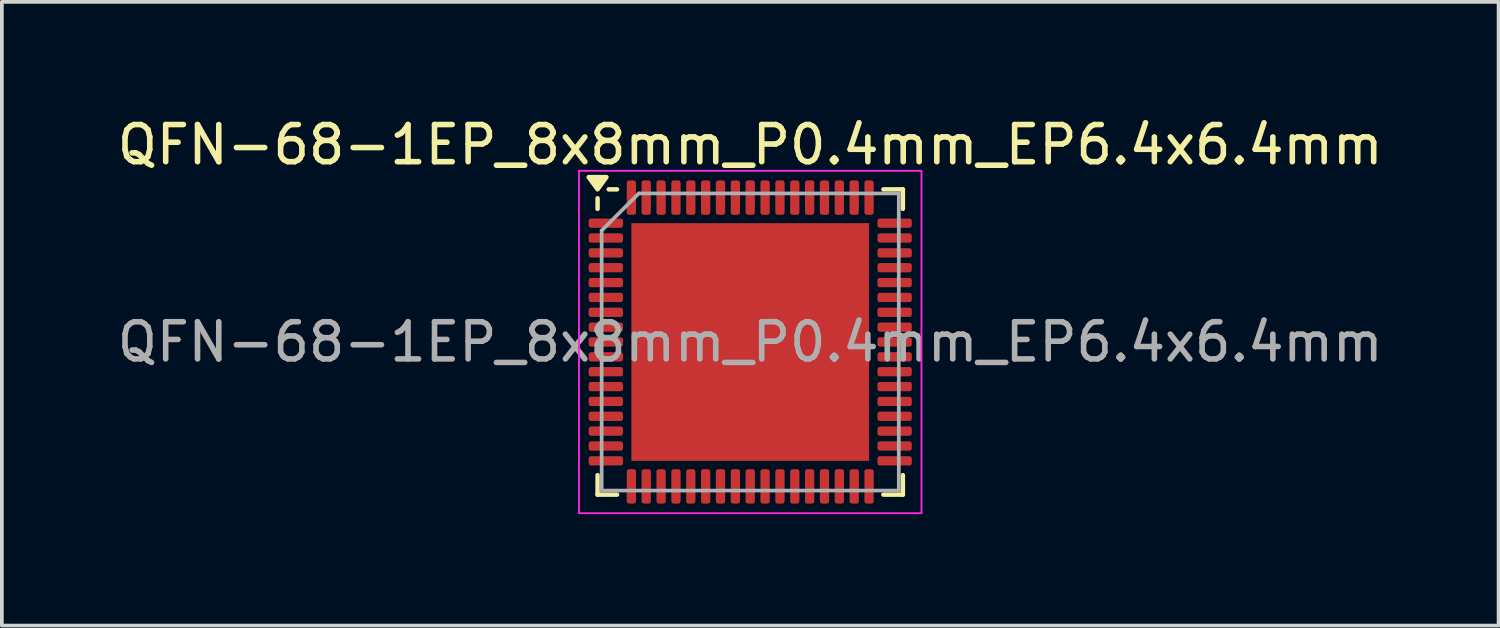
<source format=kicad_pcb>
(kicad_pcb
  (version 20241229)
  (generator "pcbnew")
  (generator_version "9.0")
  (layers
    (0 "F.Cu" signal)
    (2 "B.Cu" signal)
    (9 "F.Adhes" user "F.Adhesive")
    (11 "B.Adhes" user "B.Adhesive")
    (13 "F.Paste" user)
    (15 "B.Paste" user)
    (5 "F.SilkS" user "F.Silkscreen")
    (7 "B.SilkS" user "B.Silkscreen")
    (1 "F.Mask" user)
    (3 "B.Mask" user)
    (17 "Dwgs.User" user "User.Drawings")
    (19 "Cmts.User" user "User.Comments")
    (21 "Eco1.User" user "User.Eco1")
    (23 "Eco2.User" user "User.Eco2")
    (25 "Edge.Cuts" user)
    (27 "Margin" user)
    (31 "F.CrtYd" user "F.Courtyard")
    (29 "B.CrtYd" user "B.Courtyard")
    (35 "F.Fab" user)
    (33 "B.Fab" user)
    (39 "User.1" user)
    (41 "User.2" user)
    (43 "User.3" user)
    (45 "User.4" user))
  (footprint "QFN-68-1EP_8x8mm_P0.4mm_EP6.4x6.4mm"
    (layer "F.Cu")
    (at 17.149 6.158)
    (property "Reference" "QFN-68-1EP_8x8mm_P0.4mm_EP6.4x6.4mm" (at 0 -5.31 0) (layer "F.SilkS") (effects (font (size 1 1) (thickness 0.15))))
    (attr smd)
    (fp_line (start -4.11 -3.585) (end -4.11 -3.87) (stroke (width 0.12) (type solid)) (layer "F.SilkS"))
    (fp_line (start -4.11 4.11) (end -4.11 3.585) (stroke (width 0.12) (type solid)) (layer "F.SilkS"))
    (fp_line (start -3.585 -4.11) (end -3.81 -4.11) (stroke (width 0.12) (type solid)) (layer "F.SilkS"))
    (fp_line (start -3.585 4.11) (end -4.11 4.11) (stroke (width 0.12) (type solid)) (layer "F.SilkS"))
    (fp_line (start 3.585 -4.11) (end 4.11 -4.11) (stroke (width 0.12) (type solid)) (layer "F.SilkS"))
    (fp_line (start 3.585 4.11) (end 4.11 4.11) (stroke (width 0.12) (type solid)) (layer "F.SilkS"))
    (fp_line (start 4.11 -4.11) (end 4.11 -3.585) (stroke (width 0.12) (type solid)) (layer "F.SilkS"))
    (fp_line (start 4.11 4.11) (end 4.11 3.585) (stroke (width 0.12) (type solid)) (layer "F.SilkS"))
    (fp_poly (pts (xy -4.11 -4.11) (xy -4.35 -4.44) (xy -3.87 -4.44) (xy -4.11 -4.11)) (stroke (width 0.12) (type solid)) (fill yes) (layer "F.SilkS"))
    (fp_line (start -4.61 -4.61) (end -4.61 4.61) (stroke (width 0.05) (type solid)) (layer "F.CrtYd"))
    (fp_line (start -4.61 4.61) (end 4.61 4.61) (stroke (width 0.05) (type solid)) (layer "F.CrtYd"))
    (fp_line (start 4.61 -4.61) (end -4.61 -4.61) (stroke (width 0.05) (type solid)) (layer "F.CrtYd"))
    (fp_line (start 4.61 4.61) (end 4.61 -4.61) (stroke (width 0.05) (type solid)) (layer "F.CrtYd"))
    (fp_line (start -4 -3) (end -3 -4) (stroke (width 0.1) (type solid)) (layer "F.Fab"))
    (fp_line (start -4 4) (end -4 -3) (stroke (width 0.1) (type solid)) (layer "F.Fab"))
    (fp_line (start -3 -4) (end 4 -4) (stroke (width 0.1) (type solid)) (layer "F.Fab"))
    (fp_line (start 4 -4) (end 4 4) (stroke (width 0.1) (type solid)) (layer "F.Fab"))
    (fp_line (start 4 4) (end -4 4) (stroke (width 0.1) (type solid)) (layer "F.Fab"))
    (fp_text user "${REFERENCE}" (at 0 0 0) (layer "F.Fab") (effects (font (size 1 1) (thickness 0.15))))
    (pad "" smd roundrect (at -2.4 -2.4) (size 1.29 1.29) (layers "F.Paste") (roundrect_rratio 0.194))
    (pad "" smd roundrect (at -2.4 -0.8) (size 1.29 1.29) (layers "F.Paste") (roundrect_rratio 0.194))
    (pad "" smd roundrect (at -2.4 0.8) (size 1.29 1.29) (layers "F.Paste") (roundrect_rratio 0.194))
    (pad "" smd roundrect (at -2.4 2.4) (size 1.29 1.29) (layers "F.Paste") (roundrect_rratio 0.194))
    (pad "" smd roundrect (at -0.8 -2.4) (size 1.29 1.29) (layers "F.Paste") (roundrect_rratio 0.194))
    (pad "" smd roundrect (at -0.8 -0.8) (size 1.29 1.29) (layers "F.Paste") (roundrect_rratio 0.194))
    (pad "" smd roundrect (at -0.8 0.8) (size 1.29 1.29) (layers "F.Paste") (roundrect_rratio 0.194))
    (pad "" smd roundrect (at -0.8 2.4) (size 1.29 1.29) (layers "F.Paste") (roundrect_rratio 0.194))
    (pad "" smd roundrect (at 0.8 -2.4) (size 1.29 1.29) (layers "F.Paste") (roundrect_rratio 0.194))
    (pad "" smd roundrect (at 0.8 -0.8) (size 1.29 1.29) (layers "F.Paste") (roundrect_rratio 0.194))
    (pad "" smd roundrect (at 0.8 0.8) (size 1.29 1.29) (layers "F.Paste") (roundrect_rratio 0.194))
    (pad "" smd roundrect (at 0.8 2.4) (size 1.29 1.29) (layers "F.Paste") (roundrect_rratio 0.194))
    (pad "" smd roundrect (at 2.4 -2.4) (size 1.29 1.29) (layers "F.Paste") (roundrect_rratio 0.194))
    (pad "" smd roundrect (at 2.4 -0.8) (size 1.29 1.29) (layers "F.Paste") (roundrect_rratio 0.194))
    (pad "" smd roundrect (at 2.4 0.8) (size 1.29 1.29) (layers "F.Paste") (roundrect_rratio 0.194))
    (pad "" smd roundrect (at 2.4 2.4) (size 1.29 1.29) (layers "F.Paste") (roundrect_rratio 0.194))
    (pad "1" smd roundrect (at -3.888 -3.2) (size 0.925 0.25) (layers "F.Cu" "F.Mask" "F.Paste") (roundrect_rratio 0.25))
    (pad "2" smd roundrect (at -3.888 -2.8) (size 0.925 0.25) (layers "F.Cu" "F.Mask" "F.Paste") (roundrect_rratio 0.25))
    (pad "3" smd roundrect (at -3.888 -2.4) (size 0.925 0.25) (layers "F.Cu" "F.Mask" "F.Paste") (roundrect_rratio 0.25))
    (pad "4" smd roundrect (at -3.888 -2) (size 0.925 0.25) (layers "F.Cu" "F.Mask" "F.Paste") (roundrect_rratio 0.25))
    (pad "5" smd roundrect (at -3.888 -1.6) (size 0.925 0.25) (layers "F.Cu" "F.Mask" "F.Paste") (roundrect_rratio 0.25))
    (pad "6" smd roundrect (at -3.888 -1.2) (size 0.925 0.25) (layers "F.Cu" "F.Mask" "F.Paste") (roundrect_rratio 0.25))
    (pad "7" smd roundrect (at -3.888 -0.8) (size 0.925 0.25) (layers "F.Cu" "F.Mask" "F.Paste") (roundrect_rratio 0.25))
    (pad "8" smd roundrect (at -3.888 -0.4) (size 0.925 0.25) (layers "F.Cu" "F.Mask" "F.Paste") (roundrect_rratio 0.25))
    (pad "9" smd roundrect (at -3.888 0) (size 0.925 0.25) (layers "F.Cu" "F.Mask" "F.Paste") (roundrect_rratio 0.25))
    (pad "10" smd roundrect (at -3.888 0.4) (size 0.925 0.25) (layers "F.Cu" "F.Mask" "F.Paste") (roundrect_rratio 0.25))
    (pad "11" smd roundrect (at -3.888 0.8) (size 0.925 0.25) (layers "F.Cu" "F.Mask" "F.Paste") (roundrect_rratio 0.25))
    (pad "12" smd roundrect (at -3.888 1.2) (size 0.925 0.25) (layers "F.Cu" "F.Mask" "F.Paste") (roundrect_rratio 0.25))
    (pad "13" smd roundrect (at -3.888 1.6) (size 0.925 0.25) (layers "F.Cu" "F.Mask" "F.Paste") (roundrect_rratio 0.25))
    (pad "14" smd roundrect (at -3.888 2) (size 0.925 0.25) (layers "F.Cu" "F.Mask" "F.Paste") (roundrect_rratio 0.25))
    (pad "15" smd roundrect (at -3.888 2.4) (size 0.925 0.25) (layers "F.Cu" "F.Mask" "F.Paste") (roundrect_rratio 0.25))
    (pad "16" smd roundrect (at -3.888 2.8) (size 0.925 0.25) (layers "F.Cu" "F.Mask" "F.Paste") (roundrect_rratio 0.25))
    (pad "17" smd roundrect (at -3.888 3.2) (size 0.925 0.25) (layers "F.Cu" "F.Mask" "F.Paste") (roundrect_rratio 0.25))
    (pad "18" smd roundrect (at -3.2 3.888) (size 0.25 0.925) (layers "F.Cu" "F.Mask" "F.Paste") (roundrect_rratio 0.25))
    (pad "19" smd roundrect (at -2.8 3.888) (size 0.25 0.925) (layers "F.Cu" "F.Mask" "F.Paste") (roundrect_rratio 0.25))
    (pad "20" smd roundrect (at -2.4 3.888) (size 0.25 0.925) (layers "F.Cu" "F.Mask" "F.Paste") (roundrect_rratio 0.25))
    (pad "21" smd roundrect (at -2 3.888) (size 0.25 0.925) (layers "F.Cu" "F.Mask" "F.Paste") (roundrect_rratio 0.25))
    (pad "22" smd roundrect (at -1.6 3.888) (size 0.25 0.925) (layers "F.Cu" "F.Mask" "F.Paste") (roundrect_rratio 0.25))
    (pad "23" smd roundrect (at -1.2 3.888) (size 0.25 0.925) (layers "F.Cu" "F.Mask" "F.Paste") (roundrect_rratio 0.25))
    (pad "24" smd roundrect (at -0.8 3.888) (size 0.25 0.925) (layers "F.Cu" "F.Mask" "F.Paste") (roundrect_rratio 0.25))
    (pad "25" smd roundrect (at -0.4 3.888) (size 0.25 0.925) (layers "F.Cu" "F.Mask" "F.Paste") (roundrect_rratio 0.25))
    (pad "26" smd roundrect (at 0 3.888) (size 0.25 0.925) (layers "F.Cu" "F.Mask" "F.Paste") (roundrect_rratio 0.25))
    (pad "27" smd roundrect (at 0.4 3.888) (size 0.25 0.925) (layers "F.Cu" "F.Mask" "F.Paste") (roundrect_rratio 0.25))
    (pad "28" smd roundrect (at 0.8 3.888) (size 0.25 0.925) (layers "F.Cu" "F.Mask" "F.Paste") (roundrect_rratio 0.25))
    (pad "29" smd roundrect (at 1.2 3.888) (size 0.25 0.925) (layers "F.Cu" "F.Mask" "F.Paste") (roundrect_rratio 0.25))
    (pad "30" smd roundrect (at 1.6 3.888) (size 0.25 0.925) (layers "F.Cu" "F.Mask" "F.Paste") (roundrect_rratio 0.25))
    (pad "31" smd roundrect (at 2 3.888) (size 0.25 0.925) (layers "F.Cu" "F.Mask" "F.Paste") (roundrect_rratio 0.25))
    (pad "32" smd roundrect (at 2.4 3.888) (size 0.25 0.925) (layers "F.Cu" "F.Mask" "F.Paste") (roundrect_rratio 0.25))
    (pad "33" smd roundrect (at 2.8 3.888) (size 0.25 0.925) (layers "F.Cu" "F.Mask" "F.Paste") (roundrect_rratio 0.25))
    (pad "34" smd roundrect (at 3.2 3.888) (size 0.25 0.925) (layers "F.Cu" "F.Mask" "F.Paste") (roundrect_rratio 0.25))
    (pad "35" smd roundrect (at 3.888 3.2) (size 0.925 0.25) (layers "F.Cu" "F.Mask" "F.Paste") (roundrect_rratio 0.25))
    (pad "36" smd roundrect (at 3.888 2.8) (size 0.925 0.25) (layers "F.Cu" "F.Mask" "F.Paste") (roundrect_rratio 0.25))
    (pad "37" smd roundrect (at 3.888 2.4) (size 0.925 0.25) (layers "F.Cu" "F.Mask" "F.Paste") (roundrect_rratio 0.25))
    (pad "38" smd roundrect (at 3.888 2) (size 0.925 0.25) (layers "F.Cu" "F.Mask" "F.Paste") (roundrect_rratio 0.25))
    (pad "39" smd roundrect (at 3.888 1.6) (size 0.925 0.25) (layers "F.Cu" "F.Mask" "F.Paste") (roundrect_rratio 0.25))
    (pad "40" smd roundrect (at 3.888 1.2) (size 0.925 0.25) (layers "F.Cu" "F.Mask" "F.Paste") (roundrect_rratio 0.25))
    (pad "41" smd roundrect (at 3.888 0.8) (size 0.925 0.25) (layers "F.Cu" "F.Mask" "F.Paste") (roundrect_rratio 0.25))
    (pad "42" smd roundrect (at 3.888 0.4) (size 0.925 0.25) (layers "F.Cu" "F.Mask" "F.Paste") (roundrect_rratio 0.25))
    (pad "43" smd roundrect (at 3.888 0) (size 0.925 0.25) (layers "F.Cu" "F.Mask" "F.Paste") (roundrect_rratio 0.25))
    (pad "44" smd roundrect (at 3.888 -0.4) (size 0.925 0.25) (layers "F.Cu" "F.Mask" "F.Paste") (roundrect_rratio 0.25))
    (pad "45" smd roundrect (at 3.888 -0.8) (size 0.925 0.25) (layers "F.Cu" "F.Mask" "F.Paste") (roundrect_rratio 0.25))
    (pad "46" smd roundrect (at 3.888 -1.2) (size 0.925 0.25) (layers "F.Cu" "F.Mask" "F.Paste") (roundrect_rratio 0.25))
    (pad "47" smd roundrect (at 3.888 -1.6) (size 0.925 0.25) (layers "F.Cu" "F.Mask" "F.Paste") (roundrect_rratio 0.25))
    (pad "48" smd roundrect (at 3.888 -2) (size 0.925 0.25) (layers "F.Cu" "F.Mask" "F.Paste") (roundrect_rratio 0.25))
    (pad "49" smd roundrect (at 3.888 -2.4) (size 0.925 0.25) (layers "F.Cu" "F.Mask" "F.Paste") (roundrect_rratio 0.25))
    (pad "50" smd roundrect (at 3.888 -2.8) (size 0.925 0.25) (layers "F.Cu" "F.Mask" "F.Paste") (roundrect_rratio 0.25))
    (pad "51" smd roundrect (at 3.888 -3.2) (size 0.925 0.25) (layers "F.Cu" "F.Mask" "F.Paste") (roundrect_rratio 0.25))
    (pad "52" smd roundrect (at 3.2 -3.888) (size 0.25 0.925) (layers "F.Cu" "F.Mask" "F.Paste") (roundrect_rratio 0.25))
    (pad "53" smd roundrect (at 2.8 -3.888) (size 0.25 0.925) (layers "F.Cu" "F.Mask" "F.Paste") (roundrect_rratio 0.25))
    (pad "54" smd roundrect (at 2.4 -3.888) (size 0.25 0.925) (layers "F.Cu" "F.Mask" "F.Paste") (roundrect_rratio 0.25))
    (pad "55" smd roundrect (at 2 -3.888) (size 0.25 0.925) (layers "F.Cu" "F.Mask" "F.Paste") (roundrect_rratio 0.25))
    (pad "56" smd roundrect (at 1.6 -3.888) (size 0.25 0.925) (layers "F.Cu" "F.Mask" "F.Paste") (roundrect_rratio 0.25))
    (pad "57" smd roundrect (at 1.2 -3.888) (size 0.25 0.925) (layers "F.Cu" "F.Mask" "F.Paste") (roundrect_rratio 0.25))
    (pad "58" smd roundrect (at 0.8 -3.888) (size 0.25 0.925) (layers "F.Cu" "F.Mask" "F.Paste") (roundrect_rratio 0.25))
    (pad "59" smd roundrect (at 0.4 -3.888) (size 0.25 0.925) (layers "F.Cu" "F.Mask" "F.Paste") (roundrect_rratio 0.25))
    (pad "60" smd roundrect (at 0 -3.888) (size 0.25 0.925) (layers "F.Cu" "F.Mask" "F.Paste") (roundrect_rratio 0.25))
    (pad "61" smd roundrect (at -0.4 -3.888) (size 0.25 0.925) (layers "F.Cu" "F.Mask" "F.Paste") (roundrect_rratio 0.25))
    (pad "62" smd roundrect (at -0.8 -3.888) (size 0.25 0.925) (layers "F.Cu" "F.Mask" "F.Paste") (roundrect_rratio 0.25))
    (pad "63" smd roundrect (at -1.2 -3.888) (size 0.25 0.925) (layers "F.Cu" "F.Mask" "F.Paste") (roundrect_rratio 0.25))
    (pad "64" smd roundrect (at -1.6 -3.888) (size 0.25 0.925) (layers "F.Cu" "F.Mask" "F.Paste") (roundrect_rratio 0.25))
    (pad "65" smd roundrect (at -2 -3.888) (size 0.25 0.925) (layers "F.Cu" "F.Mask" "F.Paste") (roundrect_rratio 0.25))
    (pad "66" smd roundrect (at -2.4 -3.888) (size 0.25 0.925) (layers "F.Cu" "F.Mask" "F.Paste") (roundrect_rratio 0.25))
    (pad "67" smd roundrect (at -2.8 -3.888) (size 0.25 0.925) (layers "F.Cu" "F.Mask" "F.Paste") (roundrect_rratio 0.25))
    (pad "68" smd roundrect (at -3.2 -3.888) (size 0.25 0.925) (layers "F.Cu" "F.Mask" "F.Paste") (roundrect_rratio 0.25))
    (pad "69" smd rect (at 0 0) (size 6.4 6.4) (property pad_prop_heatsink) (layers "F.Cu" "F.Mask")))
  (gr_rect
    (start -3 -3)
    (end 37.298 13.793)
    (stroke (width 0.1) (type default))
    (fill no)
    (layer "Edge.Cuts")))
</source>
